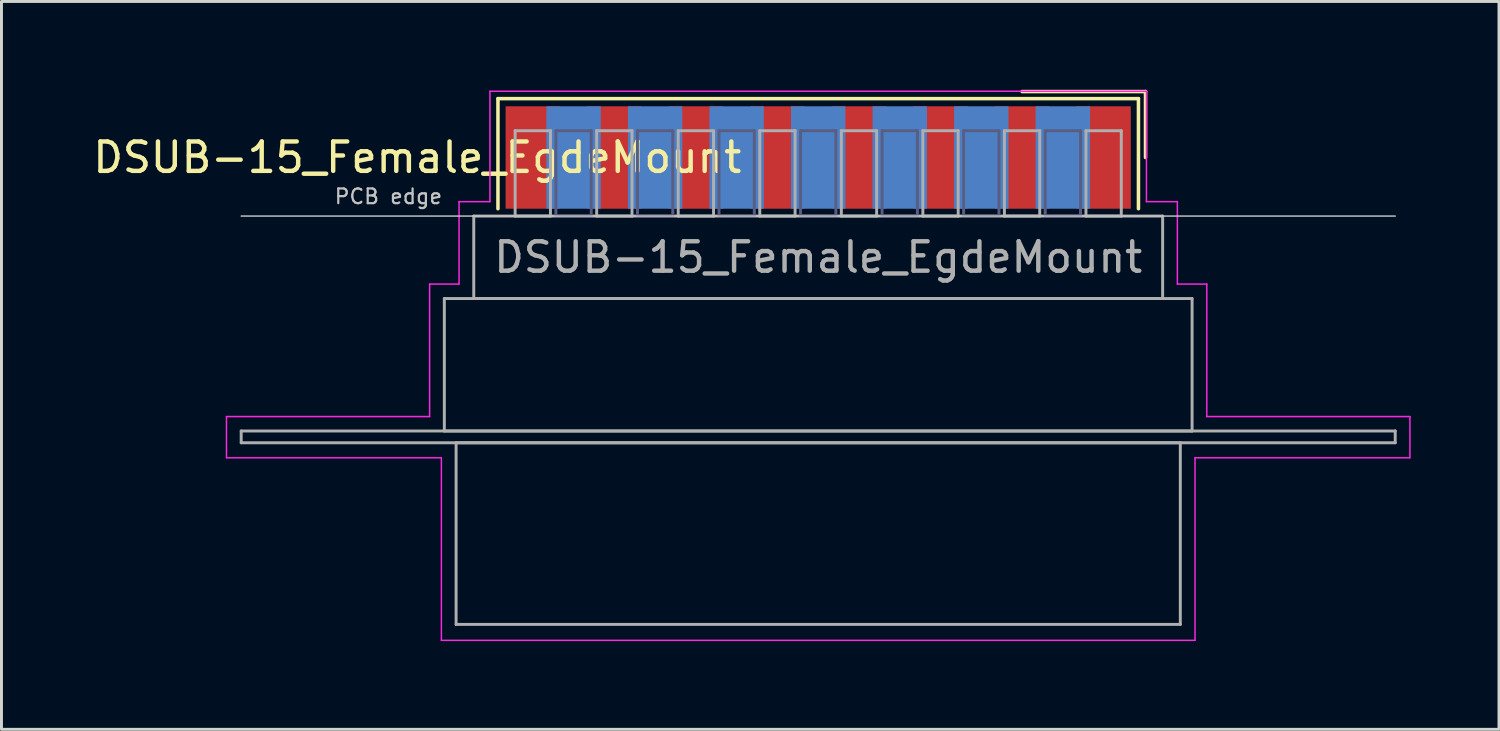
<source format=kicad_pcb>
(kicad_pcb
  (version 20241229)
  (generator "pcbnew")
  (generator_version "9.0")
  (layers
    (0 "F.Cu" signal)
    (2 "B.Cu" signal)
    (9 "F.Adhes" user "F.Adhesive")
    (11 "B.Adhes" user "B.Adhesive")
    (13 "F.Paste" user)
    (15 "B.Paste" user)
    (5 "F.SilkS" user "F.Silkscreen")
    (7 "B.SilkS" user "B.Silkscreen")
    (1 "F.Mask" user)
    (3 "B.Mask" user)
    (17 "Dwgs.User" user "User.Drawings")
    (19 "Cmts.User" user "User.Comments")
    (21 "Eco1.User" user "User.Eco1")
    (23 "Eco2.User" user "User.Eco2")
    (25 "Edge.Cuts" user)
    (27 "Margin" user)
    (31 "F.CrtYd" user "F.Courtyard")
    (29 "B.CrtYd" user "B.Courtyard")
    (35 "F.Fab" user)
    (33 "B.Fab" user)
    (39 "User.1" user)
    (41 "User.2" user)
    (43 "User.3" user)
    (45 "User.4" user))
  (footprint "DSUB-15_Female_EgdeMount"
    (layer "F.Cu")
    (at 24.743 2.3)
    (property "Reference" "DSUB-15_Female_EgdeMount" (at -13.618 0 0) (layer "F.SilkS") (effects (font (size 1 1) (thickness 0.15))))
    (attr smd)
    (fp_line (start -10.878 -2) (end -10.878 1.74) (stroke (width 0.12) (type solid)) (layer "F.SilkS"))
    (fp_line (start 10.878 -2) (end -10.878 -2) (stroke (width 0.12) (type solid)) (layer "F.SilkS"))
    (fp_line (start 10.878 1.74) (end 10.878 -2) (stroke (width 0.12) (type solid)) (layer "F.SilkS"))
    (fp_line (start 11.118 -2.24) (end 6.925 -2.24) (stroke (width 0.12) (type solid)) (layer "F.SilkS"))
    (fp_line (start 11.118 0) (end 11.118 -2.24) (stroke (width 0.12) (type solid)) (layer "F.SilkS"))
    (fp_line (start -19.6 1.99) (end 19.6 1.99) (stroke (width 0.05) (type solid)) (layer "Dwgs.User"))
    (fp_line (start -20.1 8.8) (end -13.2 8.8) (stroke (width 0.05) (type solid)) (layer "F.CrtYd"))
    (fp_line (start -20.1 10.2) (end -20.1 8.8) (stroke (width 0.05) (type solid)) (layer "F.CrtYd"))
    (fp_line (start -13.2 4.3) (end -12.2 4.3) (stroke (width 0.05) (type solid)) (layer "F.CrtYd"))
    (fp_line (start -13.2 8.8) (end -13.2 4.3) (stroke (width 0.05) (type solid)) (layer "F.CrtYd"))
    (fp_line (start -12.8 10.2) (end -20.1 10.2) (stroke (width 0.05) (type solid)) (layer "F.CrtYd"))
    (fp_line (start -12.8 16.4) (end -12.8 10.2) (stroke (width 0.05) (type solid)) (layer "F.CrtYd"))
    (fp_line (start -12.2 1.5) (end -11.15 1.5) (stroke (width 0.05) (type solid)) (layer "F.CrtYd"))
    (fp_line (start -12.2 4.3) (end -12.2 1.5) (stroke (width 0.05) (type solid)) (layer "F.CrtYd"))
    (fp_line (start -11.15 -2.25) (end 11.15 -2.25) (stroke (width 0.05) (type solid)) (layer "F.CrtYd"))
    (fp_line (start -11.15 1.5) (end -11.15 -2.25) (stroke (width 0.05) (type solid)) (layer "F.CrtYd"))
    (fp_line (start 11.15 -2.25) (end 11.15 1.5) (stroke (width 0.05) (type solid)) (layer "F.CrtYd"))
    (fp_line (start 11.15 1.5) (end 12.2 1.5) (stroke (width 0.05) (type solid)) (layer "F.CrtYd"))
    (fp_line (start 12.2 1.5) (end 12.2 4.3) (stroke (width 0.05) (type solid)) (layer "F.CrtYd"))
    (fp_line (start 12.2 4.3) (end 13.2 4.3) (stroke (width 0.05) (type solid)) (layer "F.CrtYd"))
    (fp_line (start 12.8 10.2) (end 12.8 16.4) (stroke (width 0.05) (type solid)) (layer "F.CrtYd"))
    (fp_line (start 12.8 16.4) (end -12.8 16.4) (stroke (width 0.05) (type solid)) (layer "F.CrtYd"))
    (fp_line (start 13.2 4.3) (end 13.2 8.8) (stroke (width 0.05) (type solid)) (layer "F.CrtYd"))
    (fp_line (start 13.2 8.8) (end 20.1 8.8) (stroke (width 0.05) (type solid)) (layer "F.CrtYd"))
    (fp_line (start 20.1 8.8) (end 20.1 10.2) (stroke (width 0.05) (type solid)) (layer "F.CrtYd"))
    (fp_line (start 20.1 10.2) (end 12.8 10.2) (stroke (width 0.05) (type solid)) (layer "F.CrtYd"))
    (fp_line (start -8.91 -0.91) (end -8.91 1.99) (stroke (width 0.1) (type solid)) (layer "B.Fab"))
    (fp_line (start -8.91 1.99) (end -7.71 1.99) (stroke (width 0.1) (type solid)) (layer "B.Fab"))
    (fp_line (start -7.71 -0.91) (end -8.91 -0.91) (stroke (width 0.1) (type solid)) (layer "B.Fab"))
    (fp_line (start -7.71 1.99) (end -7.71 -0.91) (stroke (width 0.1) (type solid)) (layer "B.Fab"))
    (fp_line (start -6.14 -0.91) (end -6.14 1.99) (stroke (width 0.1) (type solid)) (layer "B.Fab"))
    (fp_line (start -6.14 1.99) (end -4.94 1.99) (stroke (width 0.1) (type solid)) (layer "B.Fab"))
    (fp_line (start -4.94 -0.91) (end -6.14 -0.91) (stroke (width 0.1) (type solid)) (layer "B.Fab"))
    (fp_line (start -4.94 1.99) (end -4.94 -0.91) (stroke (width 0.1) (type solid)) (layer "B.Fab"))
    (fp_line (start -3.37 -0.91) (end -3.37 1.99) (stroke (width 0.1) (type solid)) (layer "B.Fab"))
    (fp_line (start -3.37 1.99) (end -2.17 1.99) (stroke (width 0.1) (type solid)) (layer "B.Fab"))
    (fp_line (start -2.17 -0.91) (end -3.37 -0.91) (stroke (width 0.1) (type solid)) (layer "B.Fab"))
    (fp_line (start -2.17 1.99) (end -2.17 -0.91) (stroke (width 0.1) (type solid)) (layer "B.Fab"))
    (fp_line (start -0.6 -0.91) (end -0.6 1.99) (stroke (width 0.1) (type solid)) (layer "B.Fab"))
    (fp_line (start -0.6 1.99) (end 0.6 1.99) (stroke (width 0.1) (type solid)) (layer "B.Fab"))
    (fp_line (start 0.6 -0.91) (end -0.6 -0.91) (stroke (width 0.1) (type solid)) (layer "B.Fab"))
    (fp_line (start 0.6 1.99) (end 0.6 -0.91) (stroke (width 0.1) (type solid)) (layer "B.Fab"))
    (fp_line (start 2.17 -0.91) (end 2.17 1.99) (stroke (width 0.1) (type solid)) (layer "B.Fab"))
    (fp_line (start 2.17 1.99) (end 3.37 1.99) (stroke (width 0.1) (type solid)) (layer "B.Fab"))
    (fp_line (start 3.37 -0.91) (end 2.17 -0.91) (stroke (width 0.1) (type solid)) (layer "B.Fab"))
    (fp_line (start 3.37 1.99) (end 3.37 -0.91) (stroke (width 0.1) (type solid)) (layer "B.Fab"))
    (fp_line (start 4.94 -0.91) (end 4.94 1.99) (stroke (width 0.1) (type solid)) (layer "B.Fab"))
    (fp_line (start 4.94 1.99) (end 6.14 1.99) (stroke (width 0.1) (type solid)) (layer "B.Fab"))
    (fp_line (start 6.14 -0.91) (end 4.94 -0.91) (stroke (width 0.1) (type solid)) (layer "B.Fab"))
    (fp_line (start 6.14 1.99) (end 6.14 -0.91) (stroke (width 0.1) (type solid)) (layer "B.Fab"))
    (fp_line (start 7.71 -0.91) (end 7.71 1.99) (stroke (width 0.1) (type solid)) (layer "B.Fab"))
    (fp_line (start 7.71 1.99) (end 8.91 1.99) (stroke (width 0.1) (type solid)) (layer "B.Fab"))
    (fp_line (start 8.91 -0.91) (end 7.71 -0.91) (stroke (width 0.1) (type solid)) (layer "B.Fab"))
    (fp_line (start 8.91 1.99) (end 8.91 -0.91) (stroke (width 0.1) (type solid)) (layer "B.Fab"))
    (fp_line (start -19.6 9.29) (end -19.6 9.69) (stroke (width 0.1) (type solid)) (layer "F.Fab"))
    (fp_line (start -19.6 9.69) (end 19.6 9.69) (stroke (width 0.1) (type solid)) (layer "F.Fab"))
    (fp_line (start -12.7 4.79) (end -12.7 9.29) (stroke (width 0.1) (type solid)) (layer "F.Fab"))
    (fp_line (start -12.7 9.29) (end 12.7 9.29) (stroke (width 0.1) (type solid)) (layer "F.Fab"))
    (fp_line (start -12.3 9.69) (end -12.3 15.86) (stroke (width 0.1) (type solid)) (layer "F.Fab"))
    (fp_line (start -12.3 15.86) (end 12.3 15.86) (stroke (width 0.1) (type solid)) (layer "F.Fab"))
    (fp_line (start -11.7 1.99) (end -11.7 4.79) (stroke (width 0.1) (type solid)) (layer "F.Fab"))
    (fp_line (start -11.7 4.79) (end 11.7 4.79) (stroke (width 0.1) (type solid)) (layer "F.Fab"))
    (fp_line (start -10.295 -0.91) (end -10.295 1.99) (stroke (width 0.1) (type solid)) (layer "F.Fab"))
    (fp_line (start -10.295 1.99) (end -9.095 1.99) (stroke (width 0.1) (type solid)) (layer "F.Fab"))
    (fp_line (start -9.095 -0.91) (end -10.295 -0.91) (stroke (width 0.1) (type solid)) (layer "F.Fab"))
    (fp_line (start -9.095 1.99) (end -9.095 -0.91) (stroke (width 0.1) (type solid)) (layer "F.Fab"))
    (fp_line (start -7.525 -0.91) (end -7.525 1.99) (stroke (width 0.1) (type solid)) (layer "F.Fab"))
    (fp_line (start -7.525 1.99) (end -6.325 1.99) (stroke (width 0.1) (type solid)) (layer "F.Fab"))
    (fp_line (start -6.325 -0.91) (end -7.525 -0.91) (stroke (width 0.1) (type solid)) (layer "F.Fab"))
    (fp_line (start -6.325 1.99) (end -6.325 -0.91) (stroke (width 0.1) (type solid)) (layer "F.Fab"))
    (fp_line (start -4.755 -0.91) (end -4.755 1.99) (stroke (width 0.1) (type solid)) (layer "F.Fab"))
    (fp_line (start -4.755 1.99) (end -3.555 1.99) (stroke (width 0.1) (type solid)) (layer "F.Fab"))
    (fp_line (start -3.555 -0.91) (end -4.755 -0.91) (stroke (width 0.1) (type solid)) (layer "F.Fab"))
    (fp_line (start -3.555 1.99) (end -3.555 -0.91) (stroke (width 0.1) (type solid)) (layer "F.Fab"))
    (fp_line (start -1.985 -0.91) (end -1.985 1.99) (stroke (width 0.1) (type solid)) (layer "F.Fab"))
    (fp_line (start -1.985 1.99) (end -0.785 1.99) (stroke (width 0.1) (type solid)) (layer "F.Fab"))
    (fp_line (start -0.785 -0.91) (end -1.985 -0.91) (stroke (width 0.1) (type solid)) (layer "F.Fab"))
    (fp_line (start -0.785 1.99) (end -0.785 -0.91) (stroke (width 0.1) (type solid)) (layer "F.Fab"))
    (fp_line (start 0.785 -0.91) (end 0.785 1.99) (stroke (width 0.1) (type solid)) (layer "F.Fab"))
    (fp_line (start 0.785 1.99) (end 1.985 1.99) (stroke (width 0.1) (type solid)) (layer "F.Fab"))
    (fp_line (start 1.985 -0.91) (end 0.785 -0.91) (stroke (width 0.1) (type solid)) (layer "F.Fab"))
    (fp_line (start 1.985 1.99) (end 1.985 -0.91) (stroke (width 0.1) (type solid)) (layer "F.Fab"))
    (fp_line (start 3.555 -0.91) (end 3.555 1.99) (stroke (width 0.1) (type solid)) (layer "F.Fab"))
    (fp_line (start 3.555 1.99) (end 4.755 1.99) (stroke (width 0.1) (type solid)) (layer "F.Fab"))
    (fp_line (start 4.755 -0.91) (end 3.555 -0.91) (stroke (width 0.1) (type solid)) (layer "F.Fab"))
    (fp_line (start 4.755 1.99) (end 4.755 -0.91) (stroke (width 0.1) (type solid)) (layer "F.Fab"))
    (fp_line (start 6.325 -0.91) (end 6.325 1.99) (stroke (width 0.1) (type solid)) (layer "F.Fab"))
    (fp_line (start 6.325 1.99) (end 7.525 1.99) (stroke (width 0.1) (type solid)) (layer "F.Fab"))
    (fp_line (start 7.525 -0.91) (end 6.325 -0.91) (stroke (width 0.1) (type solid)) (layer "F.Fab"))
    (fp_line (start 7.525 1.99) (end 7.525 -0.91) (stroke (width 0.1) (type solid)) (layer "F.Fab"))
    (fp_line (start 9.095 -0.91) (end 9.095 1.99) (stroke (width 0.1) (type solid)) (layer "F.Fab"))
    (fp_line (start 9.095 1.99) (end 10.295 1.99) (stroke (width 0.1) (type solid)) (layer "F.Fab"))
    (fp_line (start 10.295 -0.91) (end 9.095 -0.91) (stroke (width 0.1) (type solid)) (layer "F.Fab"))
    (fp_line (start 10.295 1.99) (end 10.295 -0.91) (stroke (width 0.1) (type solid)) (layer "F.Fab"))
    (fp_line (start 11.7 1.99) (end -11.7 1.99) (stroke (width 0.1) (type solid)) (layer "F.Fab"))
    (fp_line (start 11.7 4.79) (end 11.7 1.99) (stroke (width 0.1) (type solid)) (layer "F.Fab"))
    (fp_line (start 12.3 9.69) (end -12.3 9.69) (stroke (width 0.1) (type solid)) (layer "F.Fab"))
    (fp_line (start 12.3 15.86) (end 12.3 9.69) (stroke (width 0.1) (type solid)) (layer "F.Fab"))
    (fp_line (start 12.7 4.79) (end -12.7 4.79) (stroke (width 0.1) (type solid)) (layer "F.Fab"))
    (fp_line (start 12.7 9.29) (end 12.7 4.79) (stroke (width 0.1) (type solid)) (layer "F.Fab"))
    (fp_line (start 19.6 9.29) (end -19.6 9.29) (stroke (width 0.1) (type solid)) (layer "F.Fab"))
    (fp_line (start 19.6 9.69) (end 19.6 9.29) (stroke (width 0.1) (type solid)) (layer "F.Fab"))
    (fp_text user "PCB edge" (at -14.6 1.323 0) (layer "Dwgs.User") (effects (font (size 0.5 0.5) (thickness 0.075))))
    (fp_text user "${REFERENCE}" (at 0 3.39 0) (layer "F.Fab") (effects (font (size 1 1) (thickness 0.15))))
    (pad "1" smd rect (at 9.695 0) (size 1.847 3.48) (layers "F.Cu" "F.Mask" "F.Paste"))
    (pad "2" smd rect (at 6.925 0) (size 1.847 3.48) (layers "F.Cu" "F.Mask" "F.Paste"))
    (pad "3" smd rect (at 4.155 0) (size 1.847 3.48) (layers "F.Cu" "F.Mask" "F.Paste"))
    (pad "4" smd rect (at 1.385 0) (size 1.847 3.48) (layers "F.Cu" "F.Mask" "F.Paste"))
    (pad "5" smd rect (at -1.385 0) (size 1.847 3.48) (layers "F.Cu" "F.Mask" "F.Paste"))
    (pad "6" smd rect (at -4.155 0) (size 1.847 3.48) (layers "F.Cu" "F.Mask" "F.Paste"))
    (pad "7" smd rect (at -6.925 0) (size 1.847 3.48) (layers "F.Cu" "F.Mask" "F.Paste"))
    (pad "8" smd rect (at -9.695 0) (size 1.847 3.48) (layers "F.Cu" "F.Mask" "F.Paste"))
    (pad "9" smd rect (at 8.31 0) (size 1.847 3.48) (layers "B.Cu" "B.Mask" "B.Paste"))
    (pad "10" smd rect (at 5.54 0) (size 1.847 3.48) (layers "B.Cu" "B.Mask" "B.Paste"))
    (pad "11" smd rect (at 2.77 0) (size 1.847 3.48) (layers "B.Cu" "B.Mask" "B.Paste"))
    (pad "12" smd rect (at 0 0) (size 1.847 3.48) (layers "B.Cu" "B.Mask" "B.Paste"))
    (pad "13" smd rect (at -2.77 0) (size 1.847 3.48) (layers "B.Cu" "B.Mask" "B.Paste"))
    (pad "14" smd rect (at -5.54 0) (size 1.847 3.48) (layers "B.Cu" "B.Mask" "B.Paste"))
    (pad "15" smd rect (at -8.31 0) (size 1.847 3.48) (layers "B.Cu" "B.Mask" "B.Paste")))
  (gr_rect
    (start -3 -3)
    (end 47.868 21.725)
    (stroke (width 0.1) (type default))
    (fill no)
    (layer "Edge.Cuts")))
</source>
